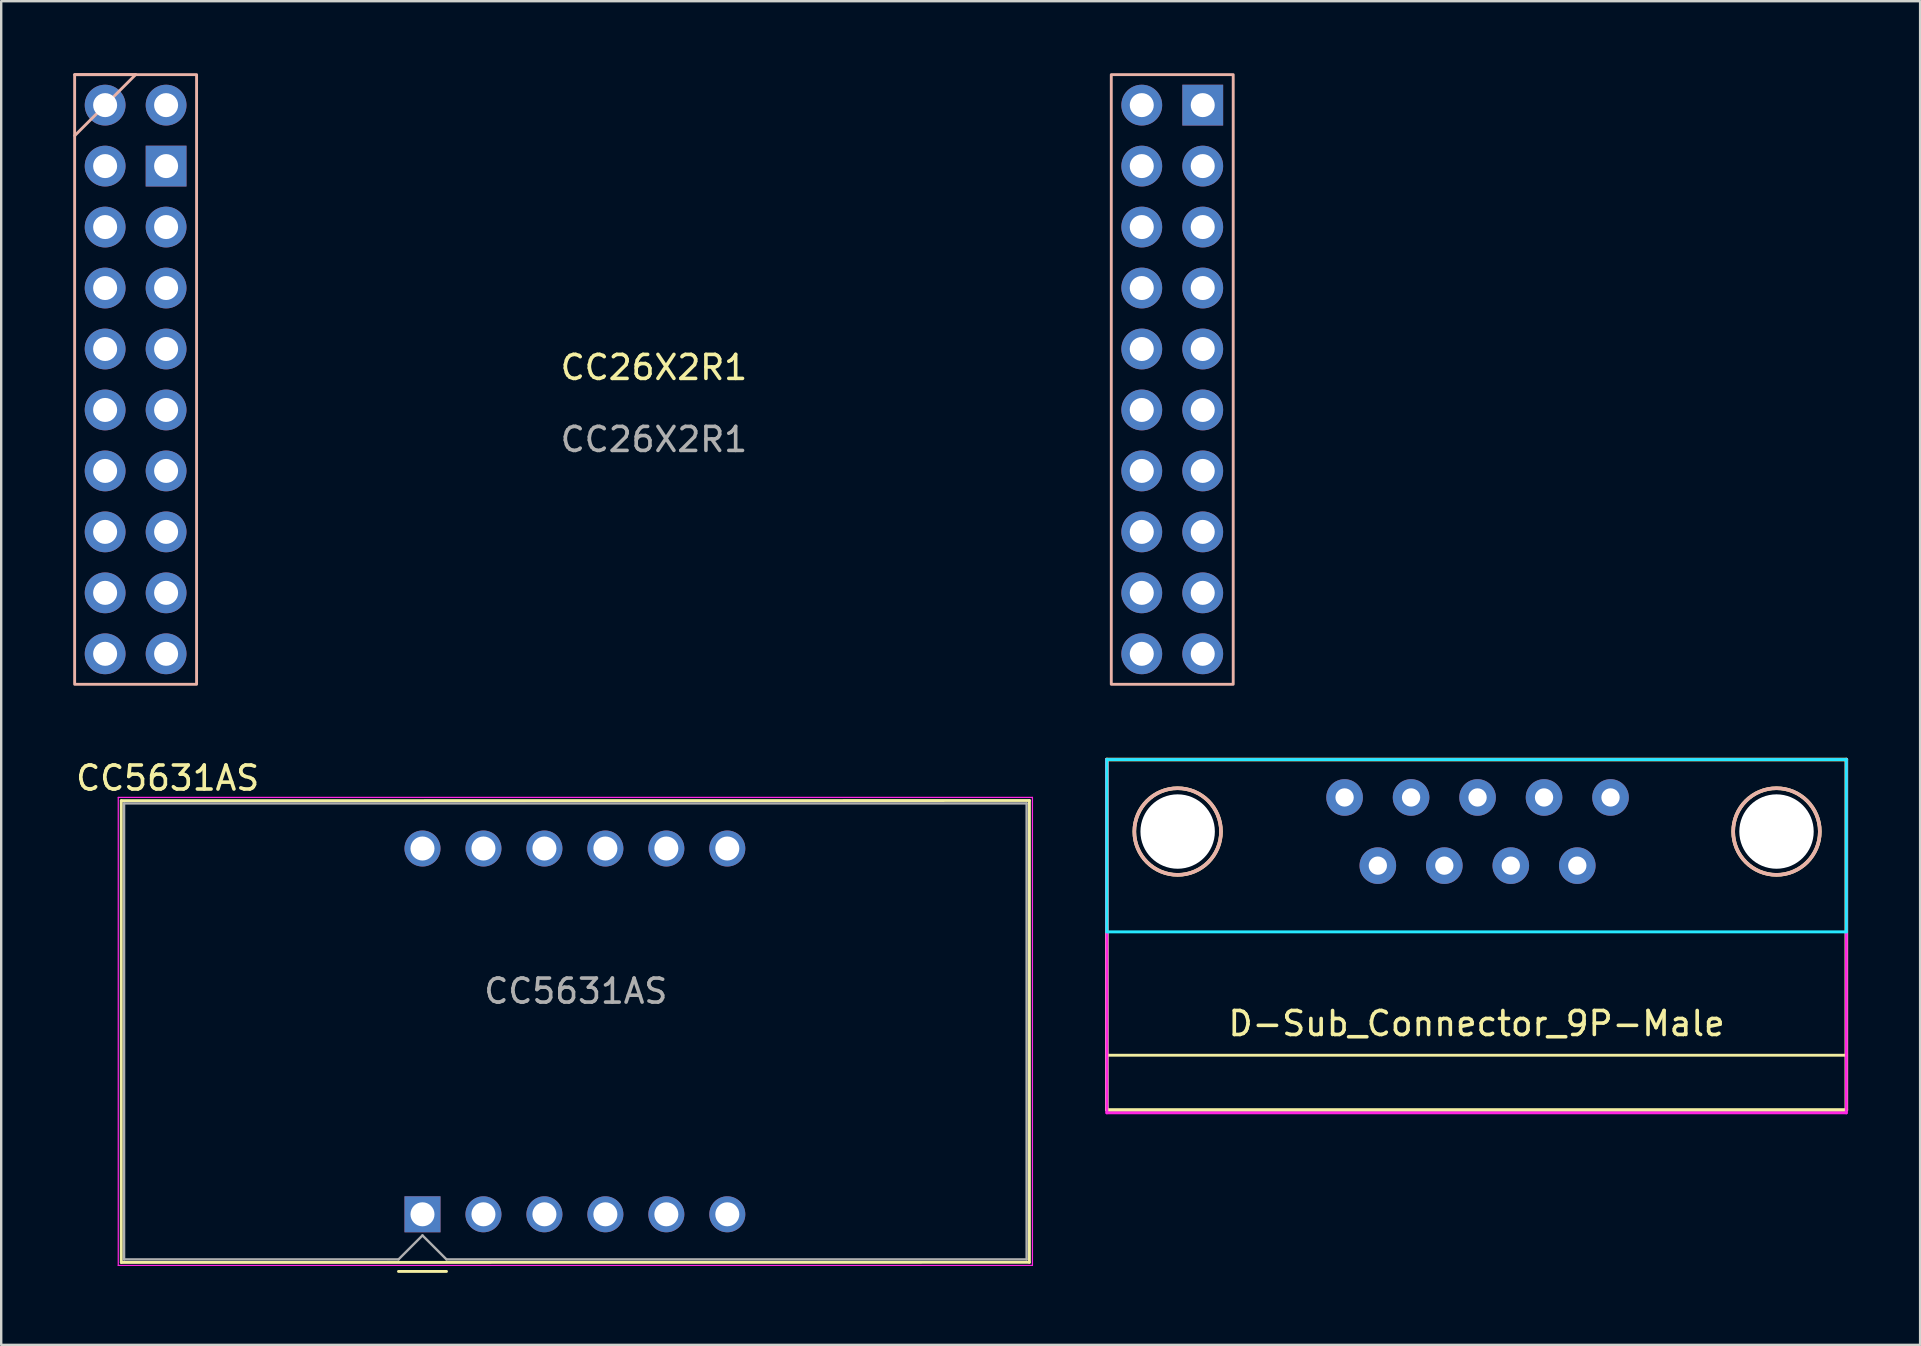
<source format=kicad_pcb>
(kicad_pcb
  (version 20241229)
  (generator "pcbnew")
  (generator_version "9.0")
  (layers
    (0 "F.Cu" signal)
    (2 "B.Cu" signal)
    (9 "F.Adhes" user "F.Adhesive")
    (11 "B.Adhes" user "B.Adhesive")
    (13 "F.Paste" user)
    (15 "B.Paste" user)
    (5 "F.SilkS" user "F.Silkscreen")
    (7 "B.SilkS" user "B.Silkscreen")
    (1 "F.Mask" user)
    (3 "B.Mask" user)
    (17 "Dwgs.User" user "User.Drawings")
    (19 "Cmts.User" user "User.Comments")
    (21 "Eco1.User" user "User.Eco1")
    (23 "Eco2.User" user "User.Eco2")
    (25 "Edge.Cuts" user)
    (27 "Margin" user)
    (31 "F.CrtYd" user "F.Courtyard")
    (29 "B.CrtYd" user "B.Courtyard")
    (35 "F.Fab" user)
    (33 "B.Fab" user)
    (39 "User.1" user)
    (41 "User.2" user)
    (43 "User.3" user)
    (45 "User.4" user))
  (footprint "CC26X2R1"
    (layer "F.Cu")
    (at 24.195 12.76)
    (property "Reference" "CC26X2R1" (at 0 -0.5 0) (unlocked yes) (layer "F.SilkS") (effects (font (size 1 1) (thickness 0.15))))
    (attr through_hole)
    (fp_line (start -24.135 -12.7) (end -21.595 -12.7) (stroke (width 0.12) (type solid)) (layer "B.SilkS"))
    (fp_line (start -21.595 -12.7) (end -24.13 -10.16) (stroke (width 0.12) (type solid)) (layer "B.SilkS"))
    (fp_rect (start -24.135 -12.7) (end -19.055 12.7) (stroke (width 0.12) (type solid)) (fill no) (layer "B.SilkS"))
    (fp_rect (start 19.055 -12.7) (end 24.135 12.7) (stroke (width 0.12) (type solid)) (fill no) (layer "B.SilkS"))
    (fp_text user "${REFERENCE}" (at 0 2.5 0) (unlocked yes) (layer "F.Fab") (effects (font (size 1 1) (thickness 0.15))))
    (pad "1" thru_hole circle (at -22.865 -11.43) (size 1.7 1.7) (drill 1) (layers "*.Cu" "*.Mask"))
    (pad "2" thru_hole circle (at -22.865 -8.89) (size 1.7 1.7) (drill 1) (layers "*.Cu" "*.Mask"))
    (pad "3" thru_hole circle (at -22.865 -6.35) (size 1.7 1.7) (drill 1) (layers "*.Cu" "*.Mask"))
    (pad "4" thru_hole circle (at -22.865 -3.81) (size 1.7 1.7) (drill 1) (layers "*.Cu" "*.Mask"))
    (pad "5" thru_hole circle (at -22.865 -1.27) (size 1.7 1.7) (drill 1) (layers "*.Cu" "*.Mask"))
    (pad "6" thru_hole circle (at -22.865 1.27) (size 1.7 1.7) (drill 1) (layers "*.Cu" "*.Mask"))
    (pad "7" thru_hole circle (at -22.865 3.81) (size 1.7 1.7) (drill 1) (layers "*.Cu" "*.Mask"))
    (pad "8" thru_hole circle (at -22.865 6.35) (size 1.7 1.7) (drill 1) (layers "*.Cu" "*.Mask"))
    (pad "9" thru_hole circle (at -22.865 8.89) (size 1.7 1.7) (drill 1) (layers "*.Cu" "*.Mask"))
    (pad "10" thru_hole circle (at -22.865 11.43) (size 1.7 1.7) (drill 1) (layers "*.Cu" "*.Mask"))
    (pad "11" thru_hole circle (at 22.865 11.43) (size 1.7 1.7) (drill 1) (layers "*.Cu" "*.Mask"))
    (pad "12" thru_hole circle (at 22.865 8.89) (size 1.7 1.7) (drill 1) (layers "*.Cu" "*.Mask"))
    (pad "13" thru_hole circle (at 22.865 6.35) (size 1.7 1.7) (drill 1) (layers "*.Cu" "*.Mask"))
    (pad "14" thru_hole circle (at 22.865 3.81) (size 1.7 1.7) (drill 1) (layers "*.Cu" "*.Mask"))
    (pad "15" thru_hole circle (at 22.865 1.27) (size 1.7 1.7) (drill 1) (layers "*.Cu" "*.Mask"))
    (pad "16" thru_hole circle (at 22.865 -1.27) (size 1.7 1.7) (drill 1) (layers "*.Cu" "*.Mask"))
    (pad "17" thru_hole circle (at 22.865 -3.81) (size 1.7 1.7) (drill 1) (layers "*.Cu" "*.Mask"))
    (pad "18" thru_hole circle (at 22.865 -6.35) (size 1.7 1.7) (drill 1) (layers "*.Cu" "*.Mask"))
    (pad "19" thru_hole circle (at 22.865 -8.89) (size 1.7 1.7) (drill 1) (layers "*.Cu" "*.Mask"))
    (pad "20" thru_hole rect (at 22.865 -11.43) (size 1.7 1.7) (drill 1) (layers "*.Cu" "*.Mask"))
    (pad "21" thru_hole circle (at -20.325 -11.43) (size 1.7 1.7) (drill 1) (layers "*.Cu" "*.Mask"))
    (pad "22" thru_hole rect (at -20.325 -8.89) (size 1.7 1.7) (drill 1) (layers "*.Cu" "*.Mask"))
    (pad "23" thru_hole circle (at -20.325 -6.35) (size 1.7 1.7) (drill 1) (layers "*.Cu" "*.Mask"))
    (pad "24" thru_hole circle (at -20.325 -3.81) (size 1.7 1.7) (drill 1) (layers "*.Cu" "*.Mask"))
    (pad "25" thru_hole circle (at -20.325 -1.27) (size 1.7 1.7) (drill 1) (layers "*.Cu" "*.Mask"))
    (pad "26" thru_hole circle (at -20.325 1.27) (size 1.7 1.7) (drill 1) (layers "*.Cu" "*.Mask"))
    (pad "27" thru_hole circle (at -20.325 3.81) (size 1.7 1.7) (drill 1) (layers "*.Cu" "*.Mask"))
    (pad "28" thru_hole circle (at -20.325 6.35) (size 1.7 1.7) (drill 1) (layers "*.Cu" "*.Mask"))
    (pad "29" thru_hole circle (at -20.325 8.89) (size 1.7 1.7) (drill 1) (layers "*.Cu" "*.Mask"))
    (pad "30" thru_hole circle (at -20.325 11.43) (size 1.7 1.7) (drill 1) (layers "*.Cu" "*.Mask"))
    (pad "31" thru_hole circle (at 20.325 11.43) (size 1.7 1.7) (drill 1) (layers "*.Cu" "*.Mask"))
    (pad "32" thru_hole circle (at 20.325 8.89) (size 1.7 1.7) (drill 1) (layers "*.Cu" "*.Mask"))
    (pad "33" thru_hole circle (at 20.325 6.35) (size 1.7 1.7) (drill 1) (layers "*.Cu" "*.Mask"))
    (pad "34" thru_hole circle (at 20.325 3.81) (size 1.7 1.7) (drill 1) (layers "*.Cu" "*.Mask"))
    (pad "35" thru_hole circle (at 20.325 1.27) (size 1.7 1.7) (drill 1) (layers "*.Cu" "*.Mask"))
    (pad "36" thru_hole circle (at 20.325 -1.27) (size 1.7 1.7) (drill 1) (layers "*.Cu" "*.Mask"))
    (pad "37" thru_hole circle (at 20.325 -3.81) (size 1.7 1.7) (drill 1) (layers "*.Cu" "*.Mask"))
    (pad "38" thru_hole circle (at 20.325 -6.35) (size 1.7 1.7) (drill 1) (layers "*.Cu" "*.Mask"))
    (pad "39" thru_hole circle (at 20.325 -8.89) (size 1.7 1.7) (drill 1) (layers "*.Cu" "*.Mask"))
    (pad "40" thru_hole circle (at 20.325 -11.43) (size 1.7 1.7) (drill 1) (layers "*.Cu" "*.Mask")))
  (footprint "CC5631AS"
    (layer "F.Cu")
    (at 20.94 39.49)
    (property "Reference" "CC5631AS" (at -17.005 -10.122 180) (layer "F.SilkS") (effects (font (size 1 1) (thickness 0.15))))
    (attr through_hole)
    (fp_line (start -18.936 10.058) (end -18.936 -9.182) (stroke (width 0.12) (type solid)) (layer "F.SilkS"))
    (fp_line (start -18.936 10.058) (end 18.898 10.052) (stroke (width 0.12) (type solid)) (layer "F.SilkS"))
    (fp_line (start -7.388 10.432) (end -5.388 10.432) (stroke (width 0.12) (type solid)) (layer "F.SilkS"))
    (fp_line (start 18.898 -9.188) (end -18.936 -9.182) (stroke (width 0.12) (type solid)) (layer "F.SilkS"))
    (fp_line (start 18.898 10.052) (end 18.898 -9.188) (stroke (width 0.12) (type solid)) (layer "F.SilkS"))
    (fp_line (start -19.063 -9.318) (end 19.025 -9.318) (stroke (width 0.05) (type solid)) (layer "F.CrtYd"))
    (fp_line (start -19.063 10.182) (end -19.063 -9.318) (stroke (width 0.05) (type solid)) (layer "F.CrtYd"))
    (fp_line (start 19.025 -9.318) (end 19.025 10.182) (stroke (width 0.05) (type solid)) (layer "F.CrtYd"))
    (fp_line (start 19.025 10.182) (end -19.063 10.182) (stroke (width 0.05) (type solid)) (layer "F.CrtYd"))
    (fp_line (start -18.821 -9.068) (end 18.783 -9.068) (stroke (width 0.1) (type solid)) (layer "F.Fab"))
    (fp_line (start -18.821 9.932) (end -18.821 -9.068) (stroke (width 0.1) (type solid)) (layer "F.Fab"))
    (fp_line (start -7.388 9.932) (end -18.821 9.932) (stroke (width 0.1) (type solid)) (layer "F.Fab"))
    (fp_line (start -6.388 8.932) (end -7.388 9.932) (stroke (width 0.1) (type solid)) (layer "F.Fab"))
    (fp_line (start -5.388 9.932) (end -6.388 8.932) (stroke (width 0.1) (type solid)) (layer "F.Fab"))
    (fp_line (start -5.388 9.932) (end 18.783 9.932) (stroke (width 0.1) (type solid)) (layer "F.Fab"))
    (fp_line (start 18.783 9.932) (end 18.783 -9.068) (stroke (width 0.1) (type solid)) (layer "F.Fab"))
    (fp_text user "${REFERENCE}" (at 0 -1.245 180) (layer "F.Fab") (effects (font (size 1 1) (thickness 0.15))))
    (pad "1" thru_hole rect (at -6.388 8.052 90) (size 1.5 1.5) (drill 1) (layers "*.Cu" "*.Mask"))
    (pad "2" thru_hole circle (at -3.848 8.052 90) (size 1.5 1.5) (drill 1) (layers "*.Cu" "*.Mask"))
    (pad "3" thru_hole circle (at -1.308 8.052 90) (size 1.5 1.5) (drill 1) (layers "*.Cu" "*.Mask"))
    (pad "4" thru_hole circle (at 1.232 8.052 90) (size 1.5 1.5) (drill 1) (layers "*.Cu" "*.Mask"))
    (pad "5" thru_hole circle (at 3.772 8.052 90) (size 1.5 1.5) (drill 1) (layers "*.Cu" "*.Mask"))
    (pad "6" thru_hole circle (at 6.312 8.052 90) (size 1.5 1.5) (drill 1) (layers "*.Cu" "*.Mask"))
    (pad "7" thru_hole circle (at 6.312 -7.188 90) (size 1.5 1.5) (drill 1) (layers "*.Cu" "*.Mask"))
    (pad "8" thru_hole circle (at 3.772 -7.188 90) (size 1.5 1.5) (drill 1) (layers "*.Cu" "*.Mask"))
    (pad "9" thru_hole circle (at 1.232 -7.188 90) (size 1.5 1.5) (drill 1) (layers "*.Cu" "*.Mask"))
    (pad "10" thru_hole circle (at -1.308 -7.188 90) (size 1.5 1.5) (drill 1) (layers "*.Cu" "*.Mask"))
    (pad "11" thru_hole circle (at -3.848 -7.188 90) (size 1.5 1.5) (drill 1) (layers "*.Cu" "*.Mask"))
    (pad "12" thru_hole circle (at -6.388 -7.188 90) (size 1.5 1.5) (drill 1) (layers "*.Cu" "*.Mask")))
  (footprint "D-Sub_Connector_9P-Male"
    (layer "F.Cu")
    (at 58.47 31.595)
    (property "Reference" "D-Sub_Connector_9P-Male" (at 0 8 0) (layer "F.SilkS") (effects (font (size 1 1) (thickness 0.15))))
    (attr through_hole)
    (fp_line (start -15.405 -3) (end -15.405 11.6) (stroke (width 0.15) (type solid)) (layer "F.SilkS"))
    (fp_line (start -15.405 -3) (end 15.405 -3) (stroke (width 0.15) (type solid)) (layer "F.SilkS"))
    (fp_line (start -15.405 11.6) (end 15.405 11.6) (stroke (width 0.15) (type solid)) (layer "F.SilkS"))
    (fp_line (start -15.405 9.32) (end 15.405 9.32) (stroke (width 0.12) (type solid)) (layer "F.SilkS"))
    (fp_line (start 15.405 -3) (end 15.405 11.6) (stroke (width 0.15) (type solid)) (layer "F.SilkS"))
    (fp_circle (center -12.455 0) (end -11.48 1.519) (stroke (width 0.15) (type solid)) (fill no) (layer "F.SilkS"))
    (fp_circle (center 12.495 0) (end 14.3 0) (stroke (width 0.15) (type solid)) (fill no) (layer "F.SilkS"))
    (fp_circle (center -12.455 0) (end -10.65 0) (stroke (width 0.15) (type solid)) (fill no) (layer "B.SilkS"))
    (fp_circle (center 12.495 0) (end 14.3 0) (stroke (width 0.15) (type solid)) (fill no) (layer "B.SilkS"))
    (fp_line (start -15.405 -3) (end 15.405 -3) (stroke (width 0.12) (type solid)) (layer "B.CrtYd"))
    (fp_line (start -15.405 -3) (end -15.405 4.18) (stroke (width 0.12) (type solid)) (layer "B.CrtYd"))
    (fp_line (start -15.405 4.18) (end 15.405 4.18) (stroke (width 0.12) (type solid)) (layer "B.CrtYd"))
    (fp_line (start 15.405 -3) (end 15.405 4.18) (stroke (width 0.12) (type solid)) (layer "B.CrtYd"))
    (fp_line (start -15.405 -3) (end 15.405 -3) (stroke (width 0.12) (type solid)) (layer "F.CrtYd"))
    (fp_line (start -15.405 11.72) (end -15.405 -3) (stroke (width 0.12) (type solid)) (layer "F.CrtYd"))
    (fp_line (start -15.405 11.72) (end 15.405 11.72) (stroke (width 0.12) (type solid)) (layer "F.CrtYd"))
    (fp_line (start 15.405 11.72) (end 15.405 -3) (stroke (width 0.12) (type solid)) (layer "F.CrtYd"))
    (pad "" np_thru_hole circle (at -12.455 0) (size 3.1 3.1) (drill 3.1) (layers "*.Cu" "*.Mask"))
    (pad "" np_thru_hole circle (at 12.495 0) (size 3.1 3.1) (drill 3.1) (layers "*.Cu" "*.Mask"))
    (pad "1" thru_hole circle (at -5.5 -1.42) (size 1.524 1.524) (drill 0.762) (layers "*.Cu" "*.Mask"))
    (pad "2" thru_hole circle (at -2.73 -1.42) (size 1.524 1.524) (drill 0.762) (layers "*.Cu" "*.Mask"))
    (pad "3" thru_hole circle (at 0.04 -1.42) (size 1.524 1.524) (drill 0.762) (layers "*.Cu" "*.Mask"))
    (pad "4" thru_hole circle (at 2.81 -1.42) (size 1.524 1.524) (drill 0.762) (layers "*.Cu" "*.Mask"))
    (pad "5" thru_hole circle (at 5.58 -1.42) (size 1.524 1.524) (drill 0.762) (layers "*.Cu" "*.Mask"))
    (pad "6" thru_hole circle (at -4.115 1.42) (size 1.524 1.524) (drill 0.762) (layers "*.Cu" "*.Mask"))
    (pad "7" thru_hole circle (at -1.345 1.42) (size 1.524 1.524) (drill 0.762) (layers "*.Cu" "*.Mask"))
    (pad "8" thru_hole circle (at 1.425 1.42) (size 1.524 1.524) (drill 0.762) (layers "*.Cu" "*.Mask"))
    (pad "9" thru_hole circle (at 4.195 1.42) (size 1.524 1.524) (drill 0.762) (layers "*.Cu" "*.Mask")))
  (gr_rect
    (start -3 -3)
    (end 76.949 52.982)
    (stroke (width 0.1) (type default))
    (fill no)
    (layer "Edge.Cuts")))
</source>
